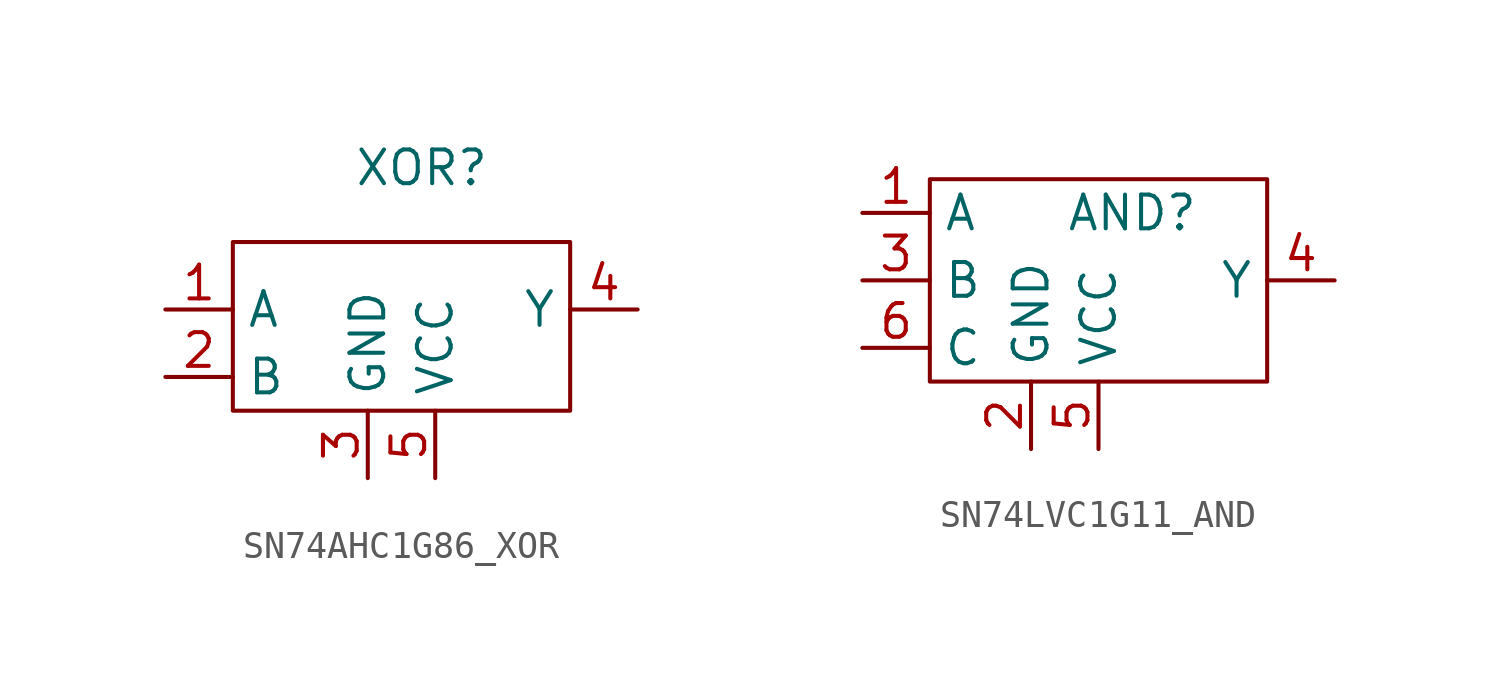
<source format=kicad_sym>
(kicad_symbol_lib
  (version 20241209)
  (generator "kicad_symbol_editor")
  (generator_version "9.0")
  (symbol "SN74AHC1G86_XOR"
    (property "Reference" "XOR"
      (at 3.302 2.794 0)
      (effects (font (size 1.27 1.27))))
    (property "Value" ""
      (at 0 0 0)
      (effects (font (size 1.27 1.27))))
    (symbol "SN74AHC1G86_XOR_0_1"
      (rectangle (start -3.81 0) (end 8.89 -6.35) (stroke (width 0) (type default)) (fill (type none))))
    (symbol "SN74AHC1G86_XOR_1_1"
      (pin input line (at -6.35 -2.54 0) (length 2.54) (name "A" (effects (font (size 1.27 1.27)))) (number "1" (effects (font (size 1.27 1.27)))))
      (pin input line (at -6.35 -5.08 0) (length 2.54) (name "B" (effects (font (size 1.27 1.27)))) (number "2" (effects (font (size 1.27 1.27)))))
      (pin output line (at 1.27 -8.89 90) (length 2.54) (name "GND" (effects (font (size 1.27 1.27)))) (number "3" (effects (font (size 1.27 1.27)))))
      (pin input line (at 3.81 -8.89 90) (length 2.54) (name "VCC" (effects (font (size 1.27 1.27)))) (number "5" (effects (font (size 1.27 1.27)))))
      (pin output line (at 11.43 -2.54 180) (length 2.54) (name "Y" (effects (font (size 1.27 1.27)))) (number "4" (effects (font (size 1.27 1.27)))))))
  (symbol "SN74LVC1G11_AND"
    (property "Reference" "AND"
      (at 3.81 -2.54 0)
      (effects (font (size 1.27 1.27))))
    (property "Value" ""
      (at 0 0 0)
      (effects (font (size 1.27 1.27))))
    (symbol "SN74LVC1G11_AND_0_1"
      (rectangle (start -3.81 -1.27) (end 8.89 -8.89) (stroke (width 0) (type default)) (fill (type none))))
    (symbol "SN74LVC1G11_AND_1_1"
      (pin input line (at -6.35 -2.54 0) (length 2.54) (name "A" (effects (font (size 1.27 1.27)))) (number "1" (effects (font (size 1.27 1.27)))))
      (pin input line (at -6.35 -5.08 0) (length 2.54) (name "B" (effects (font (size 1.27 1.27)))) (number "3" (effects (font (size 1.27 1.27)))))
      (pin input line (at -6.35 -7.62 0) (length 2.54) (name "C" (effects (font (size 1.27 1.27)))) (number "6" (effects (font (size 1.27 1.27)))))
      (pin output line (at 0 -11.43 90) (length 2.54) (name "GND" (effects (font (size 1.27 1.27)))) (number "2" (effects (font (size 1.27 1.27)))))
      (pin input line (at 2.54 -11.43 90) (length 2.54) (name "VCC" (effects (font (size 1.27 1.27)))) (number "5" (effects (font (size 1.27 1.27)))))
      (pin output line (at 11.43 -5.08 180) (length 2.54) (name "Y" (effects (font (size 1.27 1.27)))) (number "4" (effects (font (size 1.27 1.27))))))))
</source>
